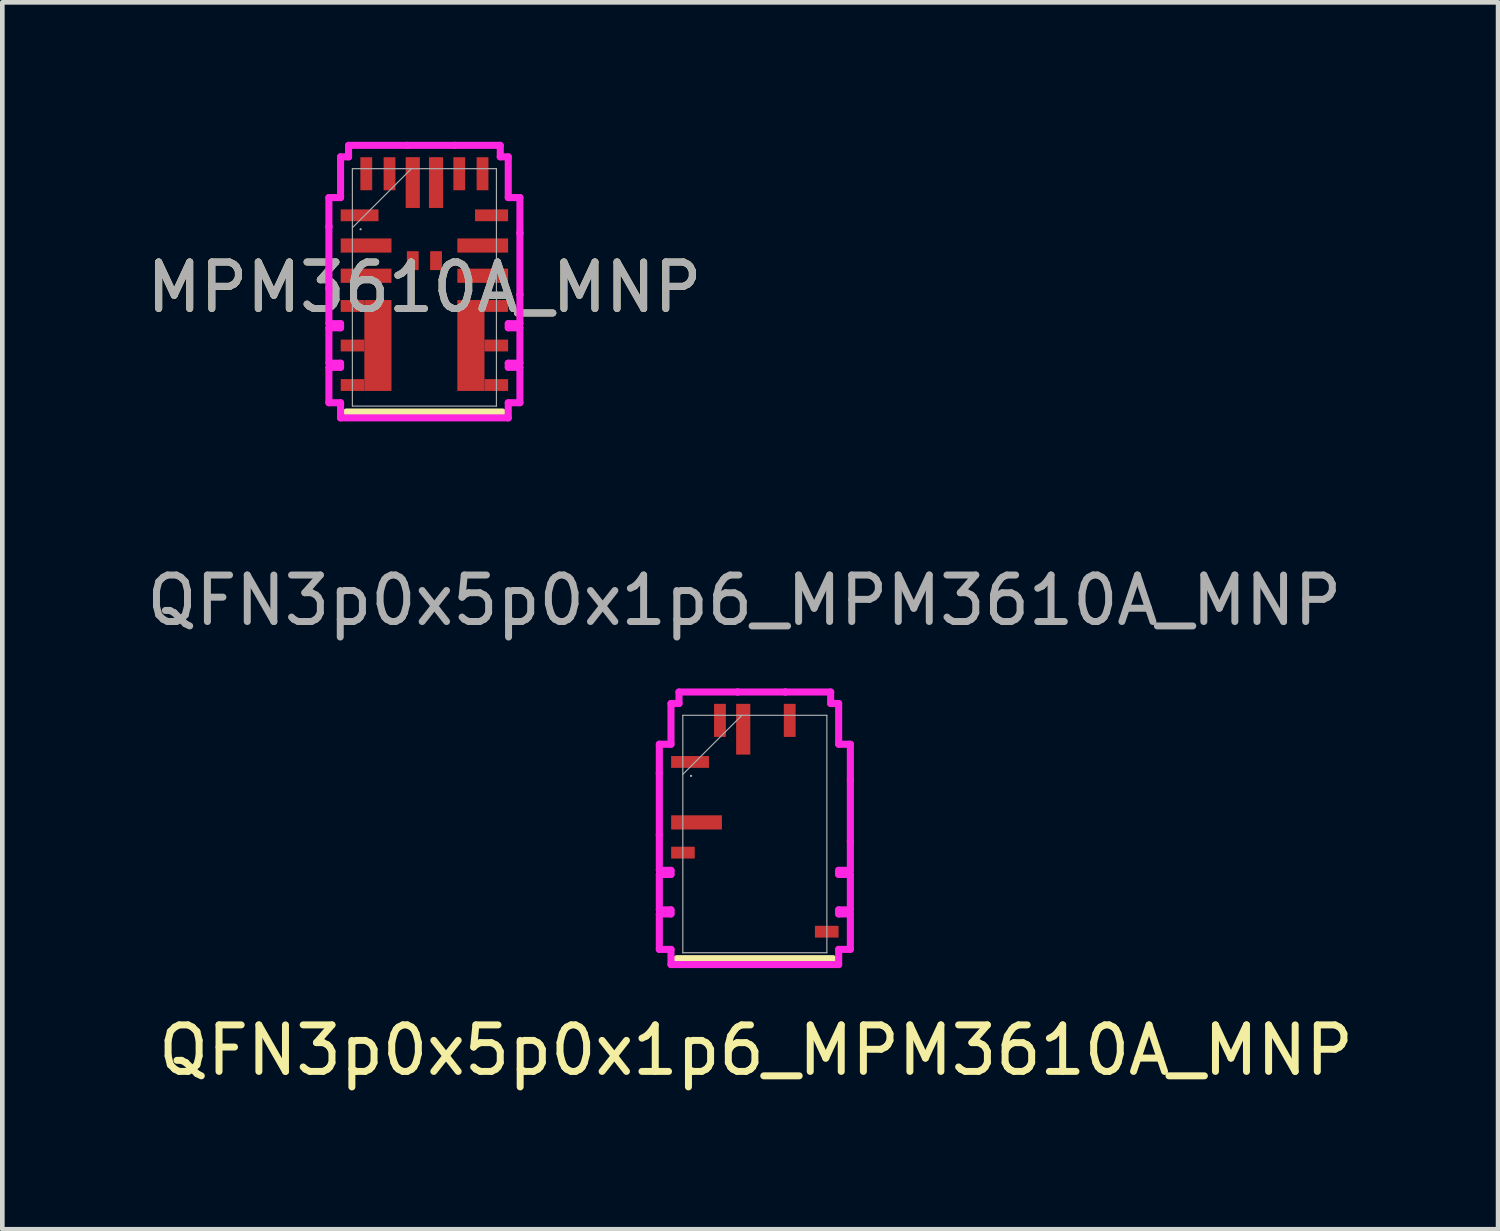
<source format=kicad_pcb>
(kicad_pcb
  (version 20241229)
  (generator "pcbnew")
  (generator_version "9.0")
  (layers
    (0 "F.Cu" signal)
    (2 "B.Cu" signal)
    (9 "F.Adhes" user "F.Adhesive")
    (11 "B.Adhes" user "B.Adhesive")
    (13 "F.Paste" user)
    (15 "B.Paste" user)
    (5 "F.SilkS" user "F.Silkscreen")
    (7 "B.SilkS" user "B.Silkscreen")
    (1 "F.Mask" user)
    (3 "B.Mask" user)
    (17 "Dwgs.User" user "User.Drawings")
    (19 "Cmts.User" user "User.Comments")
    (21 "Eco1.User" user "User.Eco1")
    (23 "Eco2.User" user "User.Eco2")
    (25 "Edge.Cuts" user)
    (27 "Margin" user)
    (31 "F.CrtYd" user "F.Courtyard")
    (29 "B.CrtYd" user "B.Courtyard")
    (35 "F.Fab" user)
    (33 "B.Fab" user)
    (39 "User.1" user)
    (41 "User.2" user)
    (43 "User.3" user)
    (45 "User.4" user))
  (footprint "QFN3p0x5p0x1p6_MPM3610A_MNP"
    (layer "F.Cu")
    (at 13.183 14.886)
    (property "Reference" "QFN3p0x5p0x1p6_MPM3610A_MNP" (at 0.025 4.65 0) (unlocked yes) (layer "F.SilkS") (effects (font (size 1 1) (thickness 0.15))))
    (attr smd)
    (fp_line (start 1.676 2.68) (end -1.676 2.68) (stroke (width 0.152) (type solid)) (layer "F.SilkS"))
    (fp_line (start -2.054 -1.931) (end -2.054 -1.306) (stroke (width 0.152) (type solid)) (layer "F.CrtYd"))
    (fp_line (start -2.054 -1.306) (end -2.054 -1.306) (stroke (width 0.152) (type solid)) (layer "F.CrtYd"))
    (fp_line (start -2.054 -1.306) (end -2.054 0.019) (stroke (width 0.152) (type solid)) (layer "F.CrtYd"))
    (fp_line (start -2.054 0.019) (end -2.054 0.019) (stroke (width 0.152) (type solid)) (layer "F.CrtYd"))
    (fp_line (start -2.054 0.019) (end -2.054 0.781) (stroke (width 0.152) (type solid)) (layer "F.CrtYd"))
    (fp_line (start -2.054 0.781) (end -1.803 0.781) (stroke (width 0.152) (type solid)) (layer "F.CrtYd"))
    (fp_line (start -2.054 0.869) (end -2.054 1.631) (stroke (width 0.152) (type solid)) (layer "F.CrtYd"))
    (fp_line (start -2.054 1.631) (end -1.803 1.631) (stroke (width 0.152) (type solid)) (layer "F.CrtYd"))
    (fp_line (start -2.054 1.719) (end -2.054 2.481) (stroke (width 0.152) (type solid)) (layer "F.CrtYd"))
    (fp_line (start -2.054 2.481) (end -1.803 2.481) (stroke (width 0.152) (type solid)) (layer "F.CrtYd"))
    (fp_line (start -1.803 -2.807) (end -1.803 -1.931) (stroke (width 0.152) (type solid)) (layer "F.CrtYd"))
    (fp_line (start -1.803 -1.931) (end -2.054 -1.931) (stroke (width 0.152) (type solid)) (layer "F.CrtYd"))
    (fp_line (start -1.803 0.781) (end -1.803 0.869) (stroke (width 0.152) (type solid)) (layer "F.CrtYd"))
    (fp_line (start -1.803 0.869) (end -2.054 0.869) (stroke (width 0.152) (type solid)) (layer "F.CrtYd"))
    (fp_line (start -1.803 1.631) (end -1.803 1.719) (stroke (width 0.152) (type solid)) (layer "F.CrtYd"))
    (fp_line (start -1.803 1.719) (end -2.054 1.719) (stroke (width 0.152) (type solid)) (layer "F.CrtYd"))
    (fp_line (start -1.803 2.481) (end -1.803 2.807) (stroke (width 0.152) (type solid)) (layer "F.CrtYd"))
    (fp_line (start -1.803 2.807) (end 1.803 2.807) (stroke (width 0.152) (type solid)) (layer "F.CrtYd"))
    (fp_line (start -1.631 -3.054) (end -1.631 -2.807) (stroke (width 0.152) (type solid)) (layer "F.CrtYd"))
    (fp_line (start -1.631 -2.807) (end -1.803 -2.807) (stroke (width 0.152) (type solid)) (layer "F.CrtYd"))
    (fp_line (start -0.369 -3.054) (end -0.369 -3.054) (stroke (width 0.152) (type solid)) (layer "F.CrtYd"))
    (fp_line (start -0.369 -3.054) (end -1.631 -3.054) (stroke (width 0.152) (type solid)) (layer "F.CrtYd"))
    (fp_line (start 0.656 -3.054) (end -0.369 -3.054) (stroke (width 0.152) (type solid)) (layer "F.CrtYd"))
    (fp_line (start 0.656 -3.054) (end 0.656 -3.054) (stroke (width 0.152) (type solid)) (layer "F.CrtYd"))
    (fp_line (start 1.631 -3.054) (end 0.656 -3.054) (stroke (width 0.152) (type solid)) (layer "F.CrtYd"))
    (fp_line (start 1.631 -2.807) (end 1.631 -3.054) (stroke (width 0.152) (type solid)) (layer "F.CrtYd"))
    (fp_line (start 1.803 -2.807) (end 1.631 -2.807) (stroke (width 0.152) (type solid)) (layer "F.CrtYd"))
    (fp_line (start 1.803 -1.931) (end 1.803 -2.807) (stroke (width 0.152) (type solid)) (layer "F.CrtYd"))
    (fp_line (start 1.803 0.781) (end 2.054 0.781) (stroke (width 0.152) (type solid)) (layer "F.CrtYd"))
    (fp_line (start 1.803 0.869) (end 1.803 0.781) (stroke (width 0.152) (type solid)) (layer "F.CrtYd"))
    (fp_line (start 1.803 1.631) (end 2.054 1.631) (stroke (width 0.152) (type solid)) (layer "F.CrtYd"))
    (fp_line (start 1.803 1.719) (end 1.803 1.631) (stroke (width 0.152) (type solid)) (layer "F.CrtYd"))
    (fp_line (start 1.803 2.481) (end 2.054 2.481) (stroke (width 0.152) (type solid)) (layer "F.CrtYd"))
    (fp_line (start 1.803 2.807) (end 1.803 2.481) (stroke (width 0.152) (type solid)) (layer "F.CrtYd"))
    (fp_line (start 2.054 -1.931) (end 1.803 -1.931) (stroke (width 0.152) (type solid)) (layer "F.CrtYd"))
    (fp_line (start 2.054 -1.169) (end 2.054 -1.931) (stroke (width 0.152) (type solid)) (layer "F.CrtYd"))
    (fp_line (start 2.054 0.156) (end 2.054 0.156) (stroke (width 0.152) (type solid)) (layer "F.CrtYd"))
    (fp_line (start 2.054 0.781) (end 2.054 0.156) (stroke (width 0.152) (type solid)) (layer "F.CrtYd"))
    (fp_line (start 2.054 0.869) (end 1.803 0.869) (stroke (width 0.152) (type solid)) (layer "F.CrtYd"))
    (fp_line (start 2.054 1.631) (end 2.054 0.869) (stroke (width 0.152) (type solid)) (layer "F.CrtYd"))
    (fp_line (start 2.054 1.719) (end 1.803 1.719) (stroke (width 0.152) (type solid)) (layer "F.CrtYd"))
    (fp_line (start 2.054 2.481) (end 2.054 1.719) (stroke (width 0.152) (type solid)) (layer "F.CrtYd"))
    (fp_line (start 2.054 -1.169) (end 2.054 -1.169) (stroke (width 0.152) (type solid)) (layer "F.CrtYd"))
    (fp_line (start 2.054 0.156) (end 2.054 -1.169) (stroke (width 0.152) (type solid)) (layer "F.CrtYd"))
    (fp_line (start -1.549 -2.553) (end -1.549 2.553) (stroke (width 0.025) (type solid)) (layer "F.Fab"))
    (fp_line (start -1.549 -1.283) (end -0.279 -2.553) (stroke (width 0.025) (type solid)) (layer "F.Fab"))
    (fp_line (start -1.549 2.553) (end 1.549 2.553) (stroke (width 0.025) (type solid)) (layer "F.Fab"))
    (fp_line (start 1.549 -2.553) (end -1.549 -2.553) (stroke (width 0.025) (type solid)) (layer "F.Fab"))
    (fp_line (start 1.549 2.553) (end 1.549 -2.553) (stroke (width 0.025) (type solid)) (layer "F.Fab"))
    (fp_circle (center -1.372 -1.25) (end -1.372 -1.25) (stroke (width 0.025) (type solid)) (fill no) (layer "F.Fab"))
    (fp_text user "${REFERENCE}" (at -0.225 -5.025 0) (unlocked yes) (layer "F.Fab") (effects (font (size 1 1) (thickness 0.15))))
    (pad "1" smd rect (at -1.394 -1.55) (size 0.813 0.254) (layers "F.Cu" "F.Mask" "F.Paste"))
    (pad "3" smd rect (at -1.254 -0.25) (size 1.092 0.305) (layers "F.Cu" "F.Mask" "F.Paste"))
    (pad "4" smd rect (at -1.546 0.4) (size 0.508 0.254) (layers "F.Cu" "F.Mask" "F.Paste"))
    (pad "7" smd rect (at 1.546 2.1) (size 0.508 0.254) (layers "F.Cu" "F.Mask" "F.Paste"))
    (pad "14" smd rect (at 0.75 -2.444 90) (size 0.711 0.254) (layers "F.Cu" "F.Mask" "F.Paste"))
    (pad "16" smd rect (at -0.25 -2.254 90) (size 1.092 0.305) (layers "F.Cu" "F.Mask" "F.Paste"))
    (pad "17" smd rect (at -0.75 -2.444 90) (size 0.711 0.254) (layers "F.Cu" "F.Mask" "F.Paste"))
    (zone (net_name "") (layers "F.Cu" "F.Mask" "F.Paste") (name "ext_2") (hatch edge 0.5) (connect_pads) (min_thickness 0.25) (filled_areas_thickness no) (keepout (tracks not_allowed) (vias not_allowed) (pads not_allowed) (copperpour allowed) (footprints allowed)) (placement (enabled no)) (fill) (polygon (pts (xy 13.808 12.086) (xy 14.558 12.086) (xy 14.558 13.211) (xy 14.983 13.211) (xy 14.983 13.461) (xy 14.258 13.461) (xy 14.258 12.811) (xy 13.808 12.811))))
    (zone (net_name "") (layers "F.Cu" "F.Mask" "F.Paste") (name "ext_1") (hatch edge 0.5) (connect_pads) (min_thickness 0.25) (filled_areas_thickness no) (keepout (tracks not_allowed) (vias not_allowed) (pads not_allowed) (copperpour allowed) (footprints allowed)) (placement (enabled no)) (fill) (polygon (pts (xy 11.883 16.261) (xy 11.383 16.261) (xy 11.383 16.011) (xy 11.883 16.011) (xy 11.883 15.411) (xy 11.383 15.411) (xy 11.383 15.161) (xy 12.483 15.161) (xy 12.483 17.111) (xy 11.383 17.111) (xy 11.383 16.861) (xy 11.883 16.861))))
    (zone (net_name "") (layers "F.Cu" "F.Mask" "F.Paste") (name "ext_1") (hatch edge 0.5) (connect_pads) (min_thickness 0.25) (filled_areas_thickness no) (keepout (tracks not_allowed) (vias not_allowed) (pads not_allowed) (copperpour allowed) (footprints allowed)) (placement (enabled no)) (fill) (polygon (pts (xy 14.483 16.011) (xy 14.983 16.011) (xy 14.983 16.261) (xy 14.483 16.261) (xy 14.483 16.861) (xy 14.983 16.861) (xy 14.983 17.111) (xy 13.883 17.111) (xy 13.883 15.161) (xy 14.983 15.161) (xy 14.983 15.411) (xy 14.483 15.411)))))
  (footprint "MPM3610A_MNP"
    (layer "F.Cu")
    (at 6.077 3.13)
    (property "Reference" "MPM3610A_MNP" (at 0 0 0) (unlocked yes) (layer "F.SilkS") (effects (font (size 1 1) (thickness 0.15))))
    (attr smd)
    (fp_poly (pts (xy -1.292 0.273) (xy -0.708 0.273) (xy -0.708 2.227) (xy -1.292 2.227)) (stroke (width 0) (type solid)) (fill yes) (layer "F.Cu"))
    (fp_poly (pts (xy 1.292 2.227) (xy 0.708 2.227) (xy 0.708 0.273) (xy 1.292 0.273)) (stroke (width 0) (type solid)) (fill yes) (layer "F.Cu"))
    (fp_poly (pts (xy -1.292 0.273) (xy -0.708 0.273) (xy -0.708 2.227) (xy -1.292 2.227)) (stroke (width 0) (type solid)) (fill yes) (layer "F.Mask"))
    (fp_poly (pts (xy 1.292 2.227) (xy 0.708 2.227) (xy 0.708 0.273) (xy 1.292 0.273)) (stroke (width 0) (type solid)) (fill yes) (layer "F.Mask"))
    (fp_line (start 1.676 2.68) (end -1.676 2.68) (stroke (width 0.152) (type solid)) (layer "F.SilkS"))
    (fp_poly (pts (xy -1.292 0.273) (xy -0.708 0.273) (xy -0.708 2.227) (xy -1.292 2.227)) (stroke (width 0) (type solid)) (fill yes) (layer "F.Paste"))
    (fp_poly (pts (xy 1.292 2.227) (xy 0.708 2.227) (xy 0.708 0.273) (xy 1.292 0.273)) (stroke (width 0) (type solid)) (fill yes) (layer "F.Paste"))
    (fp_line (start -2.054 -1.931) (end -2.054 -1.306) (stroke (width 0.152) (type solid)) (layer "F.CrtYd"))
    (fp_line (start -2.054 -1.306) (end -2.054 -1.306) (stroke (width 0.152) (type solid)) (layer "F.CrtYd"))
    (fp_line (start -2.054 -1.306) (end -2.054 0.019) (stroke (width 0.152) (type solid)) (layer "F.CrtYd"))
    (fp_line (start -2.054 0.019) (end -2.054 0.019) (stroke (width 0.152) (type solid)) (layer "F.CrtYd"))
    (fp_line (start -2.054 0.019) (end -2.054 0.781) (stroke (width 0.152) (type solid)) (layer "F.CrtYd"))
    (fp_line (start -2.054 0.781) (end -1.803 0.781) (stroke (width 0.152) (type solid)) (layer "F.CrtYd"))
    (fp_line (start -2.054 0.869) (end -2.054 1.631) (stroke (width 0.152) (type solid)) (layer "F.CrtYd"))
    (fp_line (start -2.054 1.631) (end -1.803 1.631) (stroke (width 0.152) (type solid)) (layer "F.CrtYd"))
    (fp_line (start -2.054 1.719) (end -2.054 2.481) (stroke (width 0.152) (type solid)) (layer "F.CrtYd"))
    (fp_line (start -2.054 2.481) (end -1.803 2.481) (stroke (width 0.152) (type solid)) (layer "F.CrtYd"))
    (fp_line (start -1.803 -2.807) (end -1.803 -1.931) (stroke (width 0.152) (type solid)) (layer "F.CrtYd"))
    (fp_line (start -1.803 -1.931) (end -2.054 -1.931) (stroke (width 0.152) (type solid)) (layer "F.CrtYd"))
    (fp_line (start -1.803 0.781) (end -1.803 0.869) (stroke (width 0.152) (type solid)) (layer "F.CrtYd"))
    (fp_line (start -1.803 0.869) (end -2.054 0.869) (stroke (width 0.152) (type solid)) (layer "F.CrtYd"))
    (fp_line (start -1.803 1.631) (end -1.803 1.719) (stroke (width 0.152) (type solid)) (layer "F.CrtYd"))
    (fp_line (start -1.803 1.719) (end -2.054 1.719) (stroke (width 0.152) (type solid)) (layer "F.CrtYd"))
    (fp_line (start -1.803 2.481) (end -1.803 2.807) (stroke (width 0.152) (type solid)) (layer "F.CrtYd"))
    (fp_line (start -1.803 2.807) (end 1.803 2.807) (stroke (width 0.152) (type solid)) (layer "F.CrtYd"))
    (fp_line (start -1.631 -3.054) (end -1.631 -2.807) (stroke (width 0.152) (type solid)) (layer "F.CrtYd"))
    (fp_line (start -1.631 -2.807) (end -1.803 -2.807) (stroke (width 0.152) (type solid)) (layer "F.CrtYd"))
    (fp_line (start -0.369 -3.054) (end -0.369 -3.054) (stroke (width 0.152) (type solid)) (layer "F.CrtYd"))
    (fp_line (start -0.369 -3.054) (end -1.631 -3.054) (stroke (width 0.152) (type solid)) (layer "F.CrtYd"))
    (fp_line (start 0.656 -3.054) (end -0.369 -3.054) (stroke (width 0.152) (type solid)) (layer "F.CrtYd"))
    (fp_line (start 0.656 -3.054) (end 0.656 -3.054) (stroke (width 0.152) (type solid)) (layer "F.CrtYd"))
    (fp_line (start 1.631 -3.054) (end 0.656 -3.054) (stroke (width 0.152) (type solid)) (layer "F.CrtYd"))
    (fp_line (start 1.631 -2.807) (end 1.631 -3.054) (stroke (width 0.152) (type solid)) (layer "F.CrtYd"))
    (fp_line (start 1.803 -2.807) (end 1.631 -2.807) (stroke (width 0.152) (type solid)) (layer "F.CrtYd"))
    (fp_line (start 1.803 -1.931) (end 1.803 -2.807) (stroke (width 0.152) (type solid)) (layer "F.CrtYd"))
    (fp_line (start 1.803 0.781) (end 2.054 0.781) (stroke (width 0.152) (type solid)) (layer "F.CrtYd"))
    (fp_line (start 1.803 0.869) (end 1.803 0.781) (stroke (width 0.152) (type solid)) (layer "F.CrtYd"))
    (fp_line (start 1.803 1.631) (end 2.054 1.631) (stroke (width 0.152) (type solid)) (layer "F.CrtYd"))
    (fp_line (start 1.803 1.719) (end 1.803 1.631) (stroke (width 0.152) (type solid)) (layer "F.CrtYd"))
    (fp_line (start 1.803 2.481) (end 2.054 2.481) (stroke (width 0.152) (type solid)) (layer "F.CrtYd"))
    (fp_line (start 1.803 2.807) (end 1.803 2.481) (stroke (width 0.152) (type solid)) (layer "F.CrtYd"))
    (fp_line (start 2.054 -1.931) (end 1.803 -1.931) (stroke (width 0.152) (type solid)) (layer "F.CrtYd"))
    (fp_line (start 2.054 -1.169) (end 2.054 -1.931) (stroke (width 0.152) (type solid)) (layer "F.CrtYd"))
    (fp_line (start 2.054 0.156) (end 2.054 0.156) (stroke (width 0.152) (type solid)) (layer "F.CrtYd"))
    (fp_line (start 2.054 0.781) (end 2.054 0.156) (stroke (width 0.152) (type solid)) (layer "F.CrtYd"))
    (fp_line (start 2.054 0.869) (end 1.803 0.869) (stroke (width 0.152) (type solid)) (layer "F.CrtYd"))
    (fp_line (start 2.054 1.631) (end 2.054 0.869) (stroke (width 0.152) (type solid)) (layer "F.CrtYd"))
    (fp_line (start 2.054 1.719) (end 1.803 1.719) (stroke (width 0.152) (type solid)) (layer "F.CrtYd"))
    (fp_line (start 2.054 2.481) (end 2.054 1.719) (stroke (width 0.152) (type solid)) (layer "F.CrtYd"))
    (fp_line (start 2.054 -1.169) (end 2.054 -1.169) (stroke (width 0.152) (type solid)) (layer "F.CrtYd"))
    (fp_line (start 2.054 0.156) (end 2.054 -1.169) (stroke (width 0.152) (type solid)) (layer "F.CrtYd"))
    (fp_line (start -1.549 -2.553) (end -1.549 2.553) (stroke (width 0.025) (type solid)) (layer "F.Fab"))
    (fp_line (start -1.549 -1.283) (end -0.279 -2.553) (stroke (width 0.025) (type solid)) (layer "F.Fab"))
    (fp_line (start -1.549 2.553) (end 1.549 2.553) (stroke (width 0.025) (type solid)) (layer "F.Fab"))
    (fp_line (start 1.549 -2.553) (end -1.549 -2.553) (stroke (width 0.025) (type solid)) (layer "F.Fab"))
    (fp_line (start 1.549 2.553) (end 1.549 -2.553) (stroke (width 0.025) (type solid)) (layer "F.Fab"))
    (fp_circle (center -1.372 -1.25) (end -1.372 -1.25) (stroke (width 0.025) (type solid)) (fill no) (layer "F.Fab"))
    (fp_text user "${REFERENCE}" (at 0 0 0) (unlocked yes) (layer "F.Fab") (effects (font (size 1 1) (thickness 0.15))))
    (pad "1" smd rect (at -1.394 -1.55) (size 0.813 0.254) (layers "F.Cu" "F.Mask" "F.Paste"))
    (pad "2" smd rect (at -1.254 -0.9) (size 1.092 0.305) (layers "F.Cu" "F.Mask" "F.Paste"))
    (pad "3" smd rect (at -1.254 -0.25) (size 1.092 0.305) (layers "F.Cu" "F.Mask" "F.Paste"))
    (pad "4" smd rect (at -1.546 0.4) (size 0.508 0.254) (layers "F.Cu" "F.Mask" "F.Paste"))
    (pad "5" smd rect (at -1.546 1.25) (size 0.508 0.254) (layers "F.Cu" "F.Mask" "F.Paste"))
    (pad "6" smd rect (at -1.546 2.1) (size 0.508 0.254) (layers "F.Cu" "F.Mask" "F.Paste"))
    (pad "7" smd rect (at 1.546 2.1) (size 0.508 0.254) (layers "F.Cu" "F.Mask" "F.Paste"))
    (pad "8" smd rect (at 1.546 1.25) (size 0.508 0.254) (layers "F.Cu" "F.Mask" "F.Paste"))
    (pad "9" smd rect (at 1.546 0.4) (size 0.508 0.254) (layers "F.Cu" "F.Mask" "F.Paste"))
    (pad "10" smd rect (at 1.254 -0.25) (size 1.092 0.305) (layers "F.Cu" "F.Mask" "F.Paste"))
    (pad "11" smd rect (at 1.254 -0.9) (size 1.092 0.305) (layers "F.Cu" "F.Mask" "F.Paste"))
    (pad "12" smd rect (at 1.444 -1.55) (size 0.711 0.254) (layers "F.Cu" "F.Mask" "F.Paste"))
    (pad "13" smd rect (at 1.25 -2.444 90) (size 0.711 0.254) (layers "F.Cu" "F.Mask" "F.Paste"))
    (pad "14" smd rect (at 0.75 -2.444 90) (size 0.711 0.254) (layers "F.Cu" "F.Mask" "F.Paste"))
    (pad "15" smd rect (at 0.25 -2.254 90) (size 1.092 0.305) (layers "F.Cu" "F.Mask" "F.Paste"))
    (pad "16" smd rect (at -0.25 -2.254 90) (size 1.092 0.305) (layers "F.Cu" "F.Mask" "F.Paste"))
    (pad "17" smd rect (at -0.75 -2.444 90) (size 0.711 0.254) (layers "F.Cu" "F.Mask" "F.Paste"))
    (pad "18" smd rect (at -1.25 -2.444 90) (size 0.711 0.254) (layers "F.Cu" "F.Mask" "F.Paste"))
    (pad "19" smd rect (at -0.25 -0.575) (size 0.254 0.406) (layers "F.Cu" "F.Mask" "F.Paste"))
    (pad "20" smd rect (at 0.25 -0.575) (size 0.254 0.406) (layers "F.Cu" "F.Mask" "F.Paste"))
    (zone (net_name "") (layer "F.Cu") (hatch full 0.508) (connect_pads) (min_thickness 0.254) (filled_areas_thickness no) (keepout (tracks not_allowed) (vias not_allowed) (pads allowed) (copperpour not_allowed) (footprints allowed)) (placement (enabled no)) (fill) (polygon (pts (xy 6.652 2.16) (xy 5.502 2.16) (xy 5.502 2.95) (xy 6.652 2.95)))))
  (gr_rect
    (start -3 -3)
    (end 29.167 23.385)
    (stroke (width 0.1) (type default))
    (fill no)
    (layer "Edge.Cuts")))
</source>
